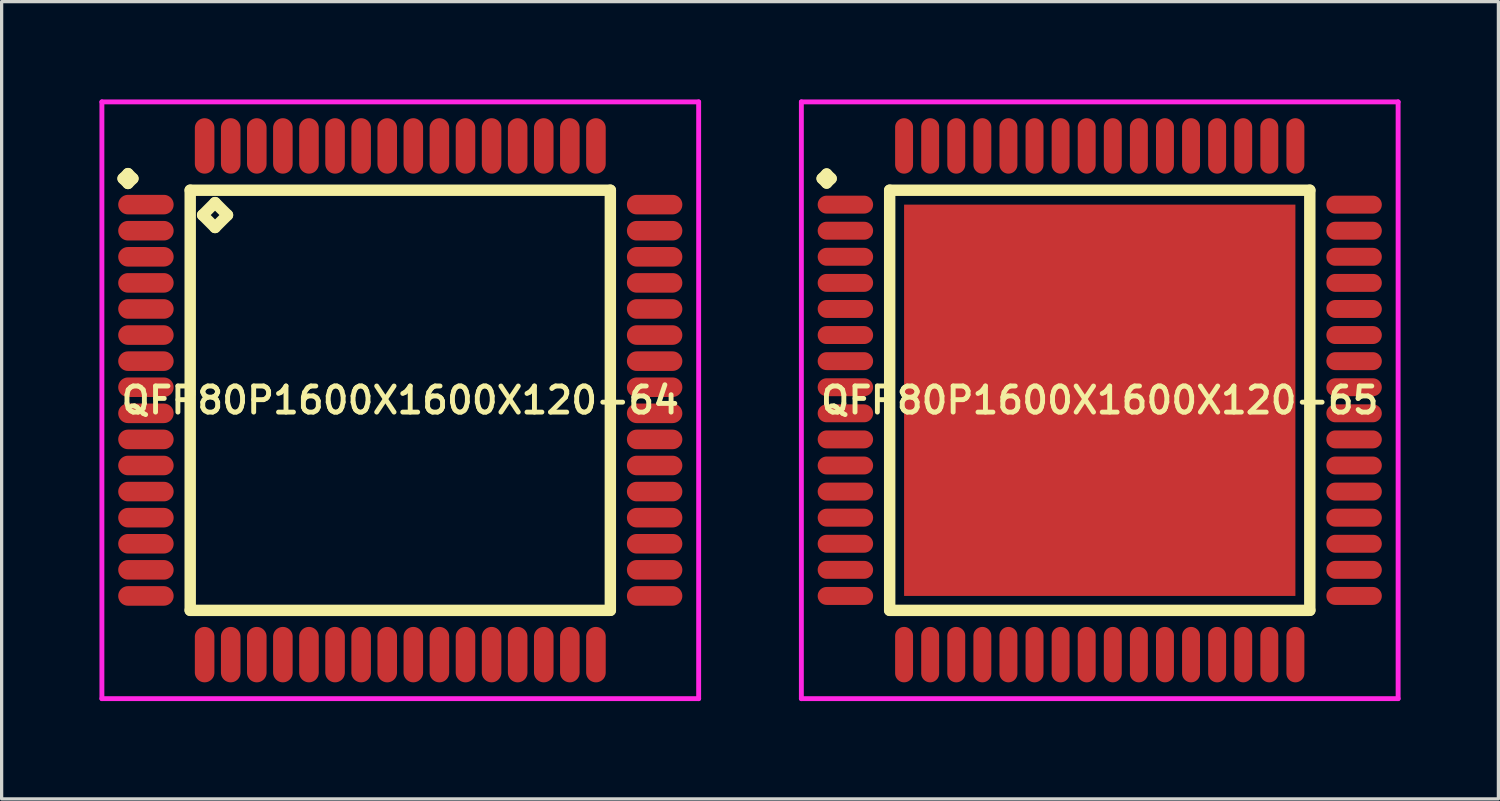
<source format=kicad_pcb>
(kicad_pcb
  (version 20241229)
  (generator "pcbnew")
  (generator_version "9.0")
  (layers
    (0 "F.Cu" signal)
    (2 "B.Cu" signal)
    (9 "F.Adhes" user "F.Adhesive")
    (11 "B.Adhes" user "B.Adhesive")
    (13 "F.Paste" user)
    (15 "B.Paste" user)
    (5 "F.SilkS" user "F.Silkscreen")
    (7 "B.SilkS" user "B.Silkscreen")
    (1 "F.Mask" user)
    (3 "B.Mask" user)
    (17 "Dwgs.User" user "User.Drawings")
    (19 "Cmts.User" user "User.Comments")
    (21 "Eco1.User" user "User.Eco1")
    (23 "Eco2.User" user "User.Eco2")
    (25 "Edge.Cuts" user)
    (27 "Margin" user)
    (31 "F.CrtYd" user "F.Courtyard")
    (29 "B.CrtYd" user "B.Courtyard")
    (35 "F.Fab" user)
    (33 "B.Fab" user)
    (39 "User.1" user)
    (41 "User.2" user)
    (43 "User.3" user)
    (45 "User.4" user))
  (footprint "QFP80P1600X1600X120-65"
    (layer "F.Cu")
    (at 30.675 9.225)
    (property "Reference" "QFP80P1600X1600X120-65" (at 0 0 0) (layer "F.SilkS") (effects (font (size 0.8 0.8) (thickness 0.15))))
    (attr smd)
    (fp_line (start -8.512 -6.8) (end -8.375 -6.938) (stroke (width 0.35) (type solid)) (layer "F.SilkS"))
    (fp_line (start -8.375 -6.938) (end -8.238 -6.8) (stroke (width 0.35) (type solid)) (layer "F.SilkS"))
    (fp_line (start -8.375 -6.662) (end -8.512 -6.8) (stroke (width 0.35) (type solid)) (layer "F.SilkS"))
    (fp_line (start -8.238 -6.8) (end -8.375 -6.662) (stroke (width 0.35) (type solid)) (layer "F.SilkS"))
    (fp_line (start -6.442 -6.442) (end -6.442 6.442) (stroke (width 0.35) (type solid)) (layer "F.SilkS"))
    (fp_line (start -6.442 6.442) (end 6.442 6.442) (stroke (width 0.35) (type solid)) (layer "F.SilkS"))
    (fp_line (start 6.442 -6.442) (end -6.442 -6.442) (stroke (width 0.35) (type solid)) (layer "F.SilkS"))
    (fp_line (start 6.442 6.442) (end 6.442 -6.442) (stroke (width 0.35) (type solid)) (layer "F.SilkS"))
    (fp_line (start -9.15 -9.15) (end 9.15 -9.15) (stroke (width 0.15) (type solid)) (layer "F.CrtYd"))
    (fp_line (start -9.15 9.15) (end -9.15 -9.15) (stroke (width 0.15) (type solid)) (layer "F.CrtYd"))
    (fp_line (start 9.15 -9.15) (end 9.15 9.15) (stroke (width 0.15) (type solid)) (layer "F.CrtYd"))
    (fp_line (start 9.15 9.15) (end -9.15 9.15) (stroke (width 0.15) (type solid)) (layer "F.CrtYd"))
    (pad "1" smd oval (at -7.8 -6) (size 1.7 0.55) (layers "F.Cu" "F.Mask" "F.Paste"))
    (pad "2" smd oval (at -7.8 -5.2) (size 1.7 0.55) (layers "F.Cu" "F.Mask" "F.Paste"))
    (pad "3" smd oval (at -7.8 -4.4) (size 1.7 0.55) (layers "F.Cu" "F.Mask" "F.Paste"))
    (pad "4" smd oval (at -7.8 -3.6) (size 1.7 0.55) (layers "F.Cu" "F.Mask" "F.Paste"))
    (pad "5" smd oval (at -7.8 -2.8) (size 1.7 0.55) (layers "F.Cu" "F.Mask" "F.Paste"))
    (pad "6" smd oval (at -7.8 -2) (size 1.7 0.55) (layers "F.Cu" "F.Mask" "F.Paste"))
    (pad "7" smd oval (at -7.8 -1.2) (size 1.7 0.55) (layers "F.Cu" "F.Mask" "F.Paste"))
    (pad "8" smd oval (at -7.8 -0.4) (size 1.7 0.55) (layers "F.Cu" "F.Mask" "F.Paste"))
    (pad "9" smd oval (at -7.8 0.4) (size 1.7 0.55) (layers "F.Cu" "F.Mask" "F.Paste"))
    (pad "10" smd oval (at -7.8 1.2) (size 1.7 0.55) (layers "F.Cu" "F.Mask" "F.Paste"))
    (pad "11" smd oval (at -7.8 2) (size 1.7 0.55) (layers "F.Cu" "F.Mask" "F.Paste"))
    (pad "12" smd oval (at -7.8 2.8) (size 1.7 0.55) (layers "F.Cu" "F.Mask" "F.Paste"))
    (pad "13" smd oval (at -7.8 3.6) (size 1.7 0.55) (layers "F.Cu" "F.Mask" "F.Paste"))
    (pad "14" smd oval (at -7.8 4.4) (size 1.7 0.55) (layers "F.Cu" "F.Mask" "F.Paste"))
    (pad "15" smd oval (at -7.8 5.2) (size 1.7 0.55) (layers "F.Cu" "F.Mask" "F.Paste"))
    (pad "16" smd oval (at -7.8 6) (size 1.7 0.55) (layers "F.Cu" "F.Mask" "F.Paste"))
    (pad "17" smd oval (at -6 7.8) (size 0.55 1.7) (layers "F.Cu" "F.Mask" "F.Paste"))
    (pad "18" smd oval (at -5.2 7.8) (size 0.55 1.7) (layers "F.Cu" "F.Mask" "F.Paste"))
    (pad "19" smd oval (at -4.4 7.8) (size 0.55 1.7) (layers "F.Cu" "F.Mask" "F.Paste"))
    (pad "20" smd oval (at -3.6 7.8) (size 0.55 1.7) (layers "F.Cu" "F.Mask" "F.Paste"))
    (pad "21" smd oval (at -2.8 7.8) (size 0.55 1.7) (layers "F.Cu" "F.Mask" "F.Paste"))
    (pad "22" smd oval (at -2 7.8) (size 0.55 1.7) (layers "F.Cu" "F.Mask" "F.Paste"))
    (pad "23" smd oval (at -1.2 7.8) (size 0.55 1.7) (layers "F.Cu" "F.Mask" "F.Paste"))
    (pad "24" smd oval (at -0.4 7.8) (size 0.55 1.7) (layers "F.Cu" "F.Mask" "F.Paste"))
    (pad "25" smd oval (at 0.4 7.8) (size 0.55 1.7) (layers "F.Cu" "F.Mask" "F.Paste"))
    (pad "26" smd oval (at 1.2 7.8) (size 0.55 1.7) (layers "F.Cu" "F.Mask" "F.Paste"))
    (pad "27" smd oval (at 2 7.8) (size 0.55 1.7) (layers "F.Cu" "F.Mask" "F.Paste"))
    (pad "28" smd oval (at 2.8 7.8) (size 0.55 1.7) (layers "F.Cu" "F.Mask" "F.Paste"))
    (pad "29" smd oval (at 3.6 7.8) (size 0.55 1.7) (layers "F.Cu" "F.Mask" "F.Paste"))
    (pad "30" smd oval (at 4.4 7.8) (size 0.55 1.7) (layers "F.Cu" "F.Mask" "F.Paste"))
    (pad "31" smd oval (at 5.2 7.8) (size 0.55 1.7) (layers "F.Cu" "F.Mask" "F.Paste"))
    (pad "32" smd oval (at 6 7.8) (size 0.55 1.7) (layers "F.Cu" "F.Mask" "F.Paste"))
    (pad "33" smd oval (at 7.8 6) (size 1.7 0.55) (layers "F.Cu" "F.Mask" "F.Paste"))
    (pad "34" smd oval (at 7.8 5.2) (size 1.7 0.55) (layers "F.Cu" "F.Mask" "F.Paste"))
    (pad "35" smd oval (at 7.8 4.4) (size 1.7 0.55) (layers "F.Cu" "F.Mask" "F.Paste"))
    (pad "36" smd oval (at 7.8 3.6) (size 1.7 0.55) (layers "F.Cu" "F.Mask" "F.Paste"))
    (pad "37" smd oval (at 7.8 2.8) (size 1.7 0.55) (layers "F.Cu" "F.Mask" "F.Paste"))
    (pad "38" smd oval (at 7.8 2) (size 1.7 0.55) (layers "F.Cu" "F.Mask" "F.Paste"))
    (pad "39" smd oval (at 7.8 1.2) (size 1.7 0.55) (layers "F.Cu" "F.Mask" "F.Paste"))
    (pad "40" smd oval (at 7.8 0.4) (size 1.7 0.55) (layers "F.Cu" "F.Mask" "F.Paste"))
    (pad "41" smd oval (at 7.8 -0.4) (size 1.7 0.55) (layers "F.Cu" "F.Mask" "F.Paste"))
    (pad "42" smd oval (at 7.8 -1.2) (size 1.7 0.55) (layers "F.Cu" "F.Mask" "F.Paste"))
    (pad "43" smd oval (at 7.8 -2) (size 1.7 0.55) (layers "F.Cu" "F.Mask" "F.Paste"))
    (pad "44" smd oval (at 7.8 -2.8) (size 1.7 0.55) (layers "F.Cu" "F.Mask" "F.Paste"))
    (pad "45" smd oval (at 7.8 -3.6) (size 1.7 0.55) (layers "F.Cu" "F.Mask" "F.Paste"))
    (pad "46" smd oval (at 7.8 -4.4) (size 1.7 0.55) (layers "F.Cu" "F.Mask" "F.Paste"))
    (pad "47" smd oval (at 7.8 -5.2) (size 1.7 0.55) (layers "F.Cu" "F.Mask" "F.Paste"))
    (pad "48" smd oval (at 7.8 -6) (size 1.7 0.55) (layers "F.Cu" "F.Mask" "F.Paste"))
    (pad "49" smd oval (at 6 -7.8) (size 0.55 1.7) (layers "F.Cu" "F.Mask" "F.Paste"))
    (pad "50" smd oval (at 5.2 -7.8) (size 0.55 1.7) (layers "F.Cu" "F.Mask" "F.Paste"))
    (pad "51" smd oval (at 4.4 -7.8) (size 0.55 1.7) (layers "F.Cu" "F.Mask" "F.Paste"))
    (pad "52" smd oval (at 3.6 -7.8) (size 0.55 1.7) (layers "F.Cu" "F.Mask" "F.Paste"))
    (pad "53" smd oval (at 2.8 -7.8) (size 0.55 1.7) (layers "F.Cu" "F.Mask" "F.Paste"))
    (pad "54" smd oval (at 2 -7.8) (size 0.55 1.7) (layers "F.Cu" "F.Mask" "F.Paste"))
    (pad "55" smd oval (at 1.2 -7.8) (size 0.55 1.7) (layers "F.Cu" "F.Mask" "F.Paste"))
    (pad "56" smd oval (at 0.4 -7.8) (size 0.55 1.7) (layers "F.Cu" "F.Mask" "F.Paste"))
    (pad "57" smd oval (at -0.4 -7.8) (size 0.55 1.7) (layers "F.Cu" "F.Mask" "F.Paste"))
    (pad "58" smd oval (at -1.2 -7.8) (size 0.55 1.7) (layers "F.Cu" "F.Mask" "F.Paste"))
    (pad "59" smd oval (at -2 -7.8) (size 0.55 1.7) (layers "F.Cu" "F.Mask" "F.Paste"))
    (pad "60" smd oval (at -2.8 -7.8) (size 0.55 1.7) (layers "F.Cu" "F.Mask" "F.Paste"))
    (pad "61" smd oval (at -3.6 -7.8) (size 0.55 1.7) (layers "F.Cu" "F.Mask" "F.Paste"))
    (pad "62" smd oval (at -4.4 -7.8) (size 0.55 1.7) (layers "F.Cu" "F.Mask" "F.Paste"))
    (pad "63" smd oval (at -5.2 -7.8) (size 0.55 1.7) (layers "F.Cu" "F.Mask" "F.Paste"))
    (pad "64" smd oval (at -6 -7.8) (size 0.55 1.7) (layers "F.Cu" "F.Mask" "F.Paste"))
    (pad "65" smd rect (at 0 0) (size 12 12) (layers "F.Cu" "F.Mask" "F.Paste")))
  (footprint "QFP80P1600X1600X120-64"
    (layer "F.Cu")
    (at 9.225 9.225)
    (property "Reference" "QFP80P1600X1600X120-64" (at 0 0 0) (layer "F.SilkS") (effects (font (size 0.8 0.8) (thickness 0.15))))
    (attr smd)
    (fp_line (start -8.5 -6.8) (end -8.35 -6.95) (stroke (width 0.35) (type solid)) (layer "F.SilkS"))
    (fp_line (start -8.35 -6.95) (end -8.2 -6.8) (stroke (width 0.35) (type solid)) (layer "F.SilkS"))
    (fp_line (start -8.35 -6.65) (end -8.5 -6.8) (stroke (width 0.35) (type solid)) (layer "F.SilkS"))
    (fp_line (start -8.2 -6.8) (end -8.35 -6.65) (stroke (width 0.35) (type solid)) (layer "F.SilkS"))
    (fp_line (start -6.442 -6.442) (end -6.442 6.442) (stroke (width 0.35) (type solid)) (layer "F.SilkS"))
    (fp_line (start -6.442 6.442) (end 6.442 6.442) (stroke (width 0.35) (type solid)) (layer "F.SilkS"))
    (fp_line (start -6.061 -5.68) (end -5.68 -6.061) (stroke (width 0.35) (type solid)) (layer "F.SilkS"))
    (fp_line (start -5.68 -6.061) (end -5.299 -5.68) (stroke (width 0.35) (type solid)) (layer "F.SilkS"))
    (fp_line (start -5.68 -5.299) (end -6.061 -5.68) (stroke (width 0.35) (type solid)) (layer "F.SilkS"))
    (fp_line (start -5.299 -5.68) (end -5.68 -5.299) (stroke (width 0.35) (type solid)) (layer "F.SilkS"))
    (fp_line (start 6.442 -6.442) (end -6.442 -6.442) (stroke (width 0.35) (type solid)) (layer "F.SilkS"))
    (fp_line (start 6.442 6.442) (end 6.442 -6.442) (stroke (width 0.35) (type solid)) (layer "F.SilkS"))
    (fp_line (start -9.15 -9.15) (end 9.15 -9.15) (stroke (width 0.15) (type solid)) (layer "F.CrtYd"))
    (fp_line (start -9.15 9.15) (end -9.15 -9.15) (stroke (width 0.15) (type solid)) (layer "F.CrtYd"))
    (fp_line (start 9.15 -9.15) (end 9.15 9.15) (stroke (width 0.15) (type solid)) (layer "F.CrtYd"))
    (fp_line (start 9.15 9.15) (end -9.15 9.15) (stroke (width 0.15) (type solid)) (layer "F.CrtYd"))
    (pad "1" smd oval (at -7.8 -6) (size 1.7 0.6) (layers "F.Cu" "F.Mask" "F.Paste"))
    (pad "2" smd oval (at -7.8 -5.2) (size 1.7 0.6) (layers "F.Cu" "F.Mask" "F.Paste"))
    (pad "3" smd oval (at -7.8 -4.4) (size 1.7 0.6) (layers "F.Cu" "F.Mask" "F.Paste"))
    (pad "4" smd oval (at -7.8 -3.6) (size 1.7 0.6) (layers "F.Cu" "F.Mask" "F.Paste"))
    (pad "5" smd oval (at -7.8 -2.8) (size 1.7 0.6) (layers "F.Cu" "F.Mask" "F.Paste"))
    (pad "6" smd oval (at -7.8 -2) (size 1.7 0.6) (layers "F.Cu" "F.Mask" "F.Paste"))
    (pad "7" smd oval (at -7.8 -1.2) (size 1.7 0.6) (layers "F.Cu" "F.Mask" "F.Paste"))
    (pad "8" smd oval (at -7.8 -0.4) (size 1.7 0.6) (layers "F.Cu" "F.Mask" "F.Paste"))
    (pad "9" smd oval (at -7.8 0.4) (size 1.7 0.6) (layers "F.Cu" "F.Mask" "F.Paste"))
    (pad "10" smd oval (at -7.8 1.2) (size 1.7 0.6) (layers "F.Cu" "F.Mask" "F.Paste"))
    (pad "11" smd oval (at -7.8 2) (size 1.7 0.6) (layers "F.Cu" "F.Mask" "F.Paste"))
    (pad "12" smd oval (at -7.8 2.8) (size 1.7 0.6) (layers "F.Cu" "F.Mask" "F.Paste"))
    (pad "13" smd oval (at -7.8 3.6) (size 1.7 0.6) (layers "F.Cu" "F.Mask" "F.Paste"))
    (pad "14" smd oval (at -7.8 4.4) (size 1.7 0.6) (layers "F.Cu" "F.Mask" "F.Paste"))
    (pad "15" smd oval (at -7.8 5.2) (size 1.7 0.6) (layers "F.Cu" "F.Mask" "F.Paste"))
    (pad "16" smd oval (at -7.8 6) (size 1.7 0.6) (layers "F.Cu" "F.Mask" "F.Paste"))
    (pad "17" smd oval (at -6 7.8) (size 0.6 1.7) (layers "F.Cu" "F.Mask" "F.Paste"))
    (pad "18" smd oval (at -5.2 7.8) (size 0.6 1.7) (layers "F.Cu" "F.Mask" "F.Paste"))
    (pad "19" smd oval (at -4.4 7.8) (size 0.6 1.7) (layers "F.Cu" "F.Mask" "F.Paste"))
    (pad "20" smd oval (at -3.6 7.8) (size 0.6 1.7) (layers "F.Cu" "F.Mask" "F.Paste"))
    (pad "21" smd oval (at -2.8 7.8) (size 0.6 1.7) (layers "F.Cu" "F.Mask" "F.Paste"))
    (pad "22" smd oval (at -2 7.8) (size 0.6 1.7) (layers "F.Cu" "F.Mask" "F.Paste"))
    (pad "23" smd oval (at -1.2 7.8) (size 0.6 1.7) (layers "F.Cu" "F.Mask" "F.Paste"))
    (pad "24" smd oval (at -0.4 7.8) (size 0.6 1.7) (layers "F.Cu" "F.Mask" "F.Paste"))
    (pad "25" smd oval (at 0.4 7.8) (size 0.6 1.7) (layers "F.Cu" "F.Mask" "F.Paste"))
    (pad "26" smd oval (at 1.2 7.8) (size 0.6 1.7) (layers "F.Cu" "F.Mask" "F.Paste"))
    (pad "27" smd oval (at 2 7.8) (size 0.6 1.7) (layers "F.Cu" "F.Mask" "F.Paste"))
    (pad "28" smd oval (at 2.8 7.8) (size 0.6 1.7) (layers "F.Cu" "F.Mask" "F.Paste"))
    (pad "29" smd oval (at 3.6 7.8) (size 0.6 1.7) (layers "F.Cu" "F.Mask" "F.Paste"))
    (pad "30" smd oval (at 4.4 7.8) (size 0.6 1.7) (layers "F.Cu" "F.Mask" "F.Paste"))
    (pad "31" smd oval (at 5.2 7.8) (size 0.6 1.7) (layers "F.Cu" "F.Mask" "F.Paste"))
    (pad "32" smd oval (at 6 7.8) (size 0.6 1.7) (layers "F.Cu" "F.Mask" "F.Paste"))
    (pad "33" smd oval (at 7.8 6) (size 1.7 0.6) (layers "F.Cu" "F.Mask" "F.Paste"))
    (pad "34" smd oval (at 7.8 5.2) (size 1.7 0.6) (layers "F.Cu" "F.Mask" "F.Paste"))
    (pad "35" smd oval (at 7.8 4.4) (size 1.7 0.6) (layers "F.Cu" "F.Mask" "F.Paste"))
    (pad "36" smd oval (at 7.8 3.6) (size 1.7 0.6) (layers "F.Cu" "F.Mask" "F.Paste"))
    (pad "37" smd oval (at 7.8 2.8) (size 1.7 0.6) (layers "F.Cu" "F.Mask" "F.Paste"))
    (pad "38" smd oval (at 7.8 2) (size 1.7 0.6) (layers "F.Cu" "F.Mask" "F.Paste"))
    (pad "39" smd oval (at 7.8 1.2) (size 1.7 0.6) (layers "F.Cu" "F.Mask" "F.Paste"))
    (pad "40" smd oval (at 7.8 0.4) (size 1.7 0.6) (layers "F.Cu" "F.Mask" "F.Paste"))
    (pad "41" smd oval (at 7.8 -0.4) (size 1.7 0.6) (layers "F.Cu" "F.Mask" "F.Paste"))
    (pad "42" smd oval (at 7.8 -1.2) (size 1.7 0.6) (layers "F.Cu" "F.Mask" "F.Paste"))
    (pad "43" smd oval (at 7.8 -2) (size 1.7 0.6) (layers "F.Cu" "F.Mask" "F.Paste"))
    (pad "44" smd oval (at 7.8 -2.8) (size 1.7 0.6) (layers "F.Cu" "F.Mask" "F.Paste"))
    (pad "45" smd oval (at 7.8 -3.6) (size 1.7 0.6) (layers "F.Cu" "F.Mask" "F.Paste"))
    (pad "46" smd oval (at 7.8 -4.4) (size 1.7 0.6) (layers "F.Cu" "F.Mask" "F.Paste"))
    (pad "47" smd oval (at 7.8 -5.2) (size 1.7 0.6) (layers "F.Cu" "F.Mask" "F.Paste"))
    (pad "48" smd oval (at 7.8 -6) (size 1.7 0.6) (layers "F.Cu" "F.Mask" "F.Paste"))
    (pad "49" smd oval (at 6 -7.8) (size 0.6 1.7) (layers "F.Cu" "F.Mask" "F.Paste"))
    (pad "50" smd oval (at 5.2 -7.8) (size 0.6 1.7) (layers "F.Cu" "F.Mask" "F.Paste"))
    (pad "51" smd oval (at 4.4 -7.8) (size 0.6 1.7) (layers "F.Cu" "F.Mask" "F.Paste"))
    (pad "52" smd oval (at 3.6 -7.8) (size 0.6 1.7) (layers "F.Cu" "F.Mask" "F.Paste"))
    (pad "53" smd oval (at 2.8 -7.8) (size 0.6 1.7) (layers "F.Cu" "F.Mask" "F.Paste"))
    (pad "54" smd oval (at 2 -7.8) (size 0.6 1.7) (layers "F.Cu" "F.Mask" "F.Paste"))
    (pad "55" smd oval (at 1.2 -7.8) (size 0.6 1.7) (layers "F.Cu" "F.Mask" "F.Paste"))
    (pad "56" smd oval (at 0.4 -7.8) (size 0.6 1.7) (layers "F.Cu" "F.Mask" "F.Paste"))
    (pad "57" smd oval (at -0.4 -7.8) (size 0.6 1.7) (layers "F.Cu" "F.Mask" "F.Paste"))
    (pad "58" smd oval (at -1.2 -7.8) (size 0.6 1.7) (layers "F.Cu" "F.Mask" "F.Paste"))
    (pad "59" smd oval (at -2 -7.8) (size 0.6 1.7) (layers "F.Cu" "F.Mask" "F.Paste"))
    (pad "60" smd oval (at -2.8 -7.8) (size 0.6 1.7) (layers "F.Cu" "F.Mask" "F.Paste"))
    (pad "61" smd oval (at -3.6 -7.8) (size 0.6 1.7) (layers "F.Cu" "F.Mask" "F.Paste"))
    (pad "62" smd oval (at -4.4 -7.8) (size 0.6 1.7) (layers "F.Cu" "F.Mask" "F.Paste"))
    (pad "63" smd oval (at -5.2 -7.8) (size 0.6 1.7) (layers "F.Cu" "F.Mask" "F.Paste"))
    (pad "64" smd oval (at -6 -7.8) (size 0.6 1.7) (layers "F.Cu" "F.Mask" "F.Paste")))
  (gr_rect
    (start -3 -3)
    (end 42.9 21.45)
    (stroke (width 0.1) (type default))
    (fill no)
    (layer "Edge.Cuts")))
</source>
